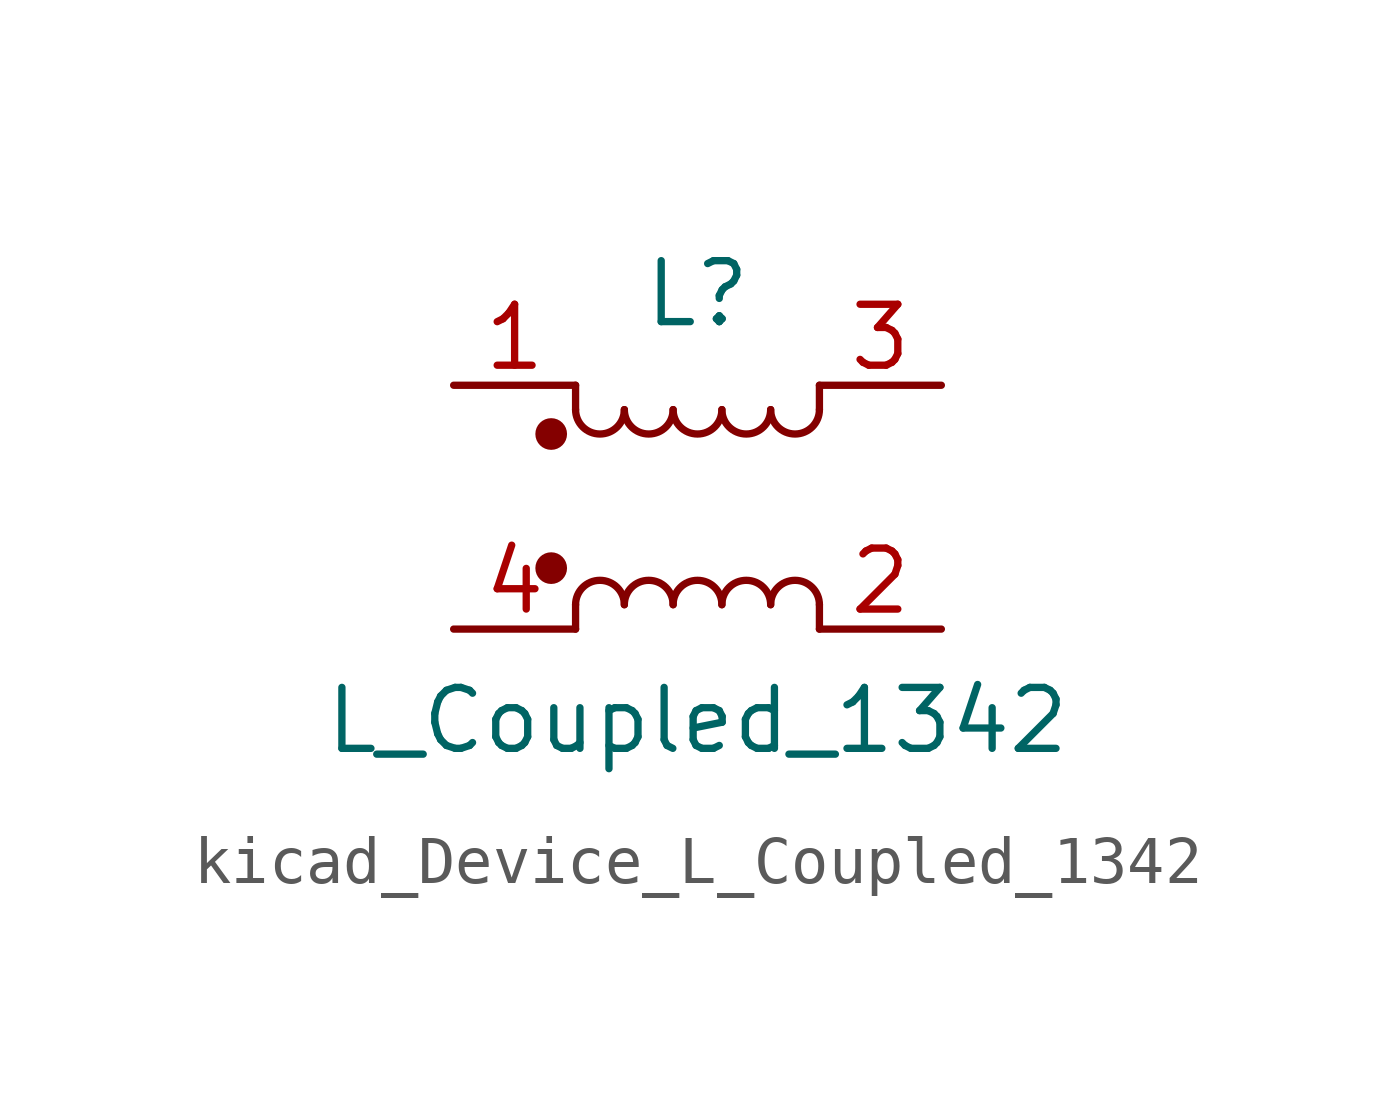
<source format=kicad_sym>
(kicad_symbol_lib
  (version 20220914)
  (generator kicad_symbol_editor)
  (symbol "kicad_Device_L_Coupled_1342"
    (pin_names
      (offset 0.254) hide)
    (property "Reference" "L"
      (at 0 4.445 0)
      (effects (font (size 1.27 1.27))))
    (property "Value" "L_Coupled_1342"
      (at 0 -4.445 0)
      (effects (font (size 1.27 1.27))))
    (symbol "kicad_Device_L_Coupled_1342_0_1"
      (circle (center -3.048 -1.27) (radius 0.254) (stroke (width 0) (type default)) (fill (type outline)))
      (circle (center -3.048 1.524) (radius 0.254) (stroke (width 0) (type default)) (fill (type outline)))
      (arc (start -2.54 2.032) (mid -2.032 1.5262) (end -1.524 2.032) (stroke (width 0) (type default)) (fill (type none)))
      (arc (start -1.524 -2.032) (mid -2.032 -1.5262) (end -2.54 -2.032) (stroke (width 0) (type default)) (fill (type none)))
      (arc (start -1.524 2.032) (mid -1.016 1.5262) (end -0.508 2.032) (stroke (width 0) (type default)) (fill (type none)))
      (arc (start -0.508 -2.032) (mid -1.016 -1.5262) (end -1.524 -2.032) (stroke (width 0) (type default)) (fill (type none)))
      (arc (start -0.508 2.032) (mid 0 1.5262) (end 0.508 2.032) (stroke (width 0) (type default)) (fill (type none)))
      (polyline (pts (xy -2.54 -2.032) (xy -2.54 -2.54)) (stroke (width 0) (type default)) (fill (type none)))
      (polyline (pts (xy -2.54 2.032) (xy -2.54 2.54)) (stroke (width 0) (type default)) (fill (type none)))
      (polyline (pts (xy 2.54 -2.032) (xy 2.54 -2.54)) (stroke (width 0) (type default)) (fill (type none)))
      (polyline (pts (xy 2.54 2.54) (xy 2.54 2.032)) (stroke (width 0) (type default)) (fill (type none)))
      (arc (start 0.508 -2.032) (mid 0 -1.5262) (end -0.508 -2.032) (stroke (width 0) (type default)) (fill (type none)))
      (arc (start 0.508 2.032) (mid 1.016 1.5262) (end 1.524 2.032) (stroke (width 0) (type default)) (fill (type none)))
      (arc (start 1.524 -2.032) (mid 1.016 -1.5262) (end 0.508 -2.032) (stroke (width 0) (type default)) (fill (type none)))
      (arc (start 1.524 2.032) (mid 2.032 1.5262) (end 2.54 2.032) (stroke (width 0) (type default)) (fill (type none)))
      (arc (start 2.54 -2.032) (mid 2.032 -1.5262) (end 1.524 -2.032) (stroke (width 0) (type default)) (fill (type none))))
    (symbol "kicad_Device_L_Coupled_1342_1_1"
      (pin passive line (at -5.08 2.54 0) (length 2.54) (name "1" (effects (font (size 1.27 1.27)))) (number "1" (effects (font (size 1.27 1.27)))))
      (pin passive line (at 5.08 -2.54 180) (length 2.54) (name "2" (effects (font (size 1.27 1.27)))) (number "2" (effects (font (size 1.27 1.27)))))
      (pin passive line (at 5.08 2.54 180) (length 2.54) (name "3" (effects (font (size 1.27 1.27)))) (number "3" (effects (font (size 1.27 1.27)))))
      (pin passive line (at -5.08 -2.54 0) (length 2.54) (name "4" (effects (font (size 1.27 1.27)))) (number "4" (effects (font (size 1.27 1.27))))))))
</source>
